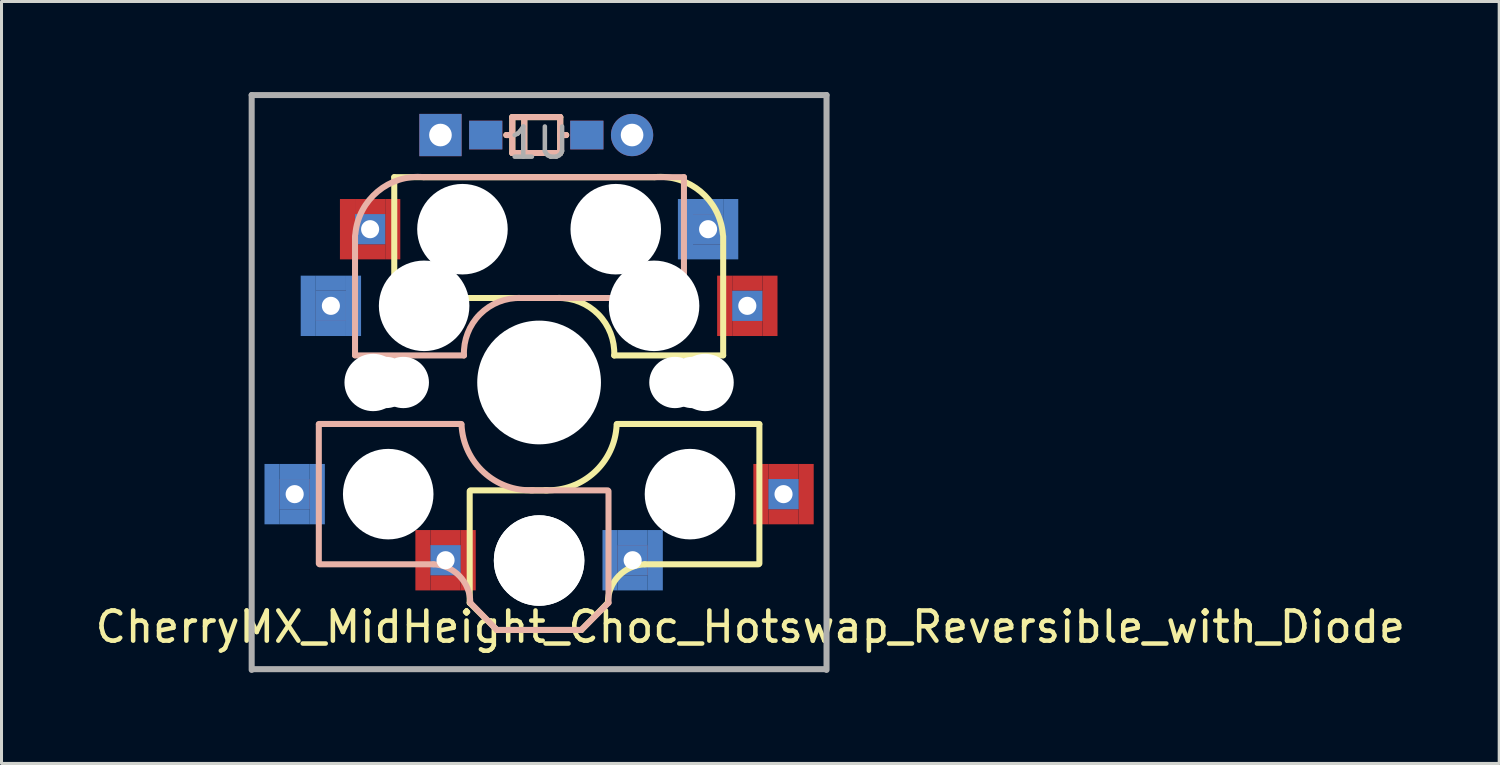
<source format=kicad_pcb>
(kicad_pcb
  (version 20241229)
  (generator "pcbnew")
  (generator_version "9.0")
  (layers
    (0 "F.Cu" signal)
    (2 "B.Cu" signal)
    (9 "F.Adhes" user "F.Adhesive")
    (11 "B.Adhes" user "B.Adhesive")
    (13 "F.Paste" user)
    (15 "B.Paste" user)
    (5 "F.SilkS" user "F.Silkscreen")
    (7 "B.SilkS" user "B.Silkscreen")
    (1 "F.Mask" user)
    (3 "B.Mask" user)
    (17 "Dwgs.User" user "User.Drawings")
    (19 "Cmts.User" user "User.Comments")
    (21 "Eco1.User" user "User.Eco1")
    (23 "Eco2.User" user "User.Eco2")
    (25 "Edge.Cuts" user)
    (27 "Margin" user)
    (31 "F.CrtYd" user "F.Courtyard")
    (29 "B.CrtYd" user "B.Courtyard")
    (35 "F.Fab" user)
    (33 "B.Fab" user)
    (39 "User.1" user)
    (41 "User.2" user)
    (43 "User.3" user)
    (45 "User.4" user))
  (footprint "CherryMX_MidHeight_Choc_Hotswap_Reversible_with_Diode"
    (layer "F.Cu")
    (at 14.815 9.625)
    (property "Reference" "CherryMX_MidHeight_Choc_Hotswap_Reversible_with_Diode" (at 7 8.1 0) (layer "F.SilkS") (effects (font (size 1 1) (thickness 0.15))))
    (fp_line (start -4.8 -6.804) (end 3.825 -6.804) (stroke (width 0.2) (type solid)) (layer "F.SilkS"))
    (fp_line (start -4.8 -2.8) (end -4.8 -6.804) (stroke (width 0.2) (type solid)) (layer "F.SilkS"))
    (fp_line (start -4.8 -2.8) (end 0.6 -2.8) (stroke (width 0.2) (type solid)) (layer "F.SilkS"))
    (fp_line (start -2.3 3.6) (end -2.3 7.3) (stroke (width 0.2) (type solid)) (layer "F.SilkS"))
    (fp_line (start -2.3 7.3) (end -1.4 8.2) (stroke (width 0.2) (type solid)) (layer "F.SilkS"))
    (fp_line (start -2.275 3.575) (end 0.275 3.575) (stroke (width 0.2) (type solid)) (layer "F.SilkS"))
    (fp_line (start -1.4 8.2) (end 1.4 8.2) (stroke (width 0.2) (type solid)) (layer "F.SilkS"))
    (fp_line (start -1.086 -8.2) (end -0.888 -8.2) (stroke (width 0.2) (type solid)) (layer "F.SilkS"))
    (fp_line (start -0.888 -8.795) (end 0.7 -8.795) (stroke (width 0.2) (type solid)) (layer "F.SilkS"))
    (fp_line (start -0.888 -7.605) (end -0.888 -8.795) (stroke (width 0.2) (type solid)) (layer "F.SilkS"))
    (fp_line (start -0.491 -8.795) (end -0.491 -7.605) (stroke (width 0.2) (type solid)) (layer "F.SilkS"))
    (fp_line (start 0.7 -8.795) (end 0.7 -7.605) (stroke (width 0.2) (type solid)) (layer "F.SilkS"))
    (fp_line (start 0.7 -8.2) (end 0.898 -8.2) (stroke (width 0.2) (type solid)) (layer "F.SilkS"))
    (fp_line (start 0.7 -7.605) (end -0.888 -7.605) (stroke (width 0.2) (type solid)) (layer "F.SilkS"))
    (fp_line (start 2.28 7.3) (end 1.4 8.2) (stroke (width 0.2) (type solid)) (layer "F.SilkS"))
    (fp_line (start 2.575 1.375) (end 7.3 1.375) (stroke (width 0.2) (type solid)) (layer "F.SilkS"))
    (fp_line (start 3.5 6.025) (end 7.275 6.025) (stroke (width 0.2) (type solid)) (layer "F.SilkS"))
    (fp_line (start 6.1 -4.85) (end 6.1 -0.905) (stroke (width 0.2) (type solid)) (layer "F.SilkS"))
    (fp_line (start 6.1 -0.896) (end 2.49 -0.896) (stroke (width 0.2) (type solid)) (layer "F.SilkS"))
    (fp_line (start 7.3 1.4) (end 7.3 6) (stroke (width 0.2) (type solid)) (layer "F.SilkS"))
    (fp_arc (start 0.6 -2.8) (mid 1.960305 -2.260251) (end 2.49 -0.896) (stroke (width 0.2) (type solid)) (layer "F.SilkS"))
    (fp_arc (start 2.28 7.3) (mid 2.633993 6.417536) (end 3.5 6.025) (stroke (width 0.2) (type solid)) (layer "F.SilkS"))
    (fp_arc (start 2.57 1.4) (mid 1.834422 2.975843) (end 0.2 3.57) (stroke (width 0.2) (type solid)) (layer "F.SilkS"))
    (fp_arc (start 3.825 -6.804) (mid 5.347189 -6.33089) (end 6.089 -4.92) (stroke (width 0.2) (type solid)) (layer "F.SilkS"))
    (fp_line (start -7.3 1.4) (end -7.3 6) (stroke (width 0.2) (type solid)) (layer "B.SilkS"))
    (fp_line (start -6.1 -4.85) (end -6.1 -0.905) (stroke (width 0.2) (type solid)) (layer "B.SilkS"))
    (fp_line (start -6.1 -0.896) (end -2.49 -0.896) (stroke (width 0.2) (type solid)) (layer "B.SilkS"))
    (fp_line (start -3.5 6.025) (end -7.275 6.025) (stroke (width 0.2) (type solid)) (layer "B.SilkS"))
    (fp_line (start -2.575 1.375) (end -7.3 1.375) (stroke (width 0.2) (type solid)) (layer "B.SilkS"))
    (fp_line (start -2.28 7.3) (end -1.4 8.2) (stroke (width 0.2) (type solid)) (layer "B.SilkS"))
    (fp_line (start -1.086 -8.2) (end -0.888 -8.2) (stroke (width 0.2) (type solid)) (layer "B.SilkS"))
    (fp_line (start -0.888 -8.795) (end -0.888 -7.605) (stroke (width 0.2) (type solid)) (layer "B.SilkS"))
    (fp_line (start -0.888 -7.605) (end 0.7 -7.605) (stroke (width 0.2) (type solid)) (layer "B.SilkS"))
    (fp_line (start -0.491 -7.605) (end -0.491 -8.795) (stroke (width 0.2) (type solid)) (layer "B.SilkS"))
    (fp_line (start 0.7 -8.795) (end -0.888 -8.795) (stroke (width 0.2) (type solid)) (layer "B.SilkS"))
    (fp_line (start 0.7 -8.2) (end 0.898 -8.2) (stroke (width 0.2) (type solid)) (layer "B.SilkS"))
    (fp_line (start 0.7 -7.605) (end 0.7 -8.795) (stroke (width 0.2) (type solid)) (layer "B.SilkS"))
    (fp_line (start 1.4 8.2) (end -1.4 8.2) (stroke (width 0.2) (type solid)) (layer "B.SilkS"))
    (fp_line (start 2.275 3.575) (end -0.275 3.575) (stroke (width 0.2) (type solid)) (layer "B.SilkS"))
    (fp_line (start 2.3 3.6) (end 2.3 7.3) (stroke (width 0.2) (type solid)) (layer "B.SilkS"))
    (fp_line (start 2.3 7.3) (end 1.4 8.2) (stroke (width 0.2) (type solid)) (layer "B.SilkS"))
    (fp_line (start 4.8 -6.804) (end -3.825 -6.804) (stroke (width 0.2) (type solid)) (layer "B.SilkS"))
    (fp_line (start 4.8 -2.8) (end -0.6 -2.8) (stroke (width 0.2) (type solid)) (layer "B.SilkS"))
    (fp_line (start 4.8 -2.8) (end 4.8 -6.804) (stroke (width 0.2) (type solid)) (layer "B.SilkS"))
    (fp_arc (start -6.089 -4.92) (mid -5.347189 -6.33089) (end -3.825 -6.804) (stroke (width 0.2) (type solid)) (layer "B.SilkS"))
    (fp_arc (start -3.5 6.025) (mid -2.633993 6.417536) (end -2.28 7.3) (stroke (width 0.2) (type solid)) (layer "B.SilkS"))
    (fp_arc (start -2.49 -0.896) (mid -1.960305 -2.260251) (end -0.6 -2.8) (stroke (width 0.2) (type solid)) (layer "B.SilkS"))
    (fp_arc (start -0.2 3.57) (mid -1.834422 2.975843) (end -2.57 1.4) (stroke (width 0.2) (type solid)) (layer "B.SilkS"))
    (fp_line (start -9.525 -9.525) (end 9.525 -9.525) (stroke (width 0.2) (type solid)) (layer "F.Fab"))
    (fp_line (start -9.525 9.525) (end -9.525 -9.525) (stroke (width 0.2) (type solid)) (layer "F.Fab"))
    (fp_line (start 9.5 9.5) (end -9.5 9.5) (stroke (width 0.2) (type solid)) (layer "F.Fab"))
    (fp_line (start 9.525 -9.525) (end 9.525 9.525) (stroke (width 0.2) (type solid)) (layer "F.Fab"))
    (fp_text user "1U" (at 0 -7.938 0) (layer "F.Fab") (effects (font (size 1 1) (thickness 0.15))))
    (pad "" np_thru_hole circle (at -5.5 0 90) (size 1.9 1.9) (drill 1.9) (layers "*.Cu" "*.Mask"))
    (pad "" np_thru_hole circle (at -5.08 0) (size 1.7 1.7) (drill 1.7) (layers "*.Cu" "*.Mask"))
    (pad "" np_thru_hole circle (at -5 3.7 90) (size 3 3) (drill 3) (layers "*.Cu" "*.Mask"))
    (pad "" np_thru_hole circle (at -4.5 0) (size 1.7 1.7) (drill 1.7) (layers "*.Cu" "*.Mask"))
    (pad "" np_thru_hole circle (at -3.81 -2.54 180) (size 3 3) (drill 3) (layers "*.Cu" "*.Mask"))
    (pad "" np_thru_hole circle (at -2.54 -5.08 180) (size 3 3) (drill 3) (layers "*.Cu" "*.Mask"))
    (pad "" np_thru_hole circle (at 0 0 90) (size 4.1 4.1) (drill 4.1) (layers "*.Cu" "*.Mask"))
    (pad "" np_thru_hole circle (at 0 5.9 90) (size 3 3) (drill 3) (layers "*.Cu" "*.Mask"))
    (pad "" np_thru_hole circle (at 0 5.9 270) (size 3 3) (drill 3) (layers "*.Cu" "*.Mask"))
    (pad "" np_thru_hole circle (at 2.54 -5.08 180) (size 3 3) (drill 3) (layers "*.Cu" "*.Mask"))
    (pad "" np_thru_hole circle (at 3.81 -2.54 180) (size 3 3) (drill 3) (layers "*.Cu" "*.Mask"))
    (pad "" np_thru_hole circle (at 4.5 0) (size 1.7 1.7) (drill 1.7) (layers "*.Cu" "*.Mask"))
    (pad "" np_thru_hole circle (at 5 3.7 270) (size 3 3) (drill 3) (layers "*.Cu" "*.Mask"))
    (pad "" np_thru_hole circle (at 5.08 0) (size 1.7 1.7) (drill 1.7) (layers "*.Cu" "*.Mask"))
    (pad "" np_thru_hole circle (at 5.5 0 90) (size 1.9 1.9) (drill 1.9) (layers "*.Cu" "*.Mask"))
    (pad "0" smd rect (at -6.35 -5.08 180) (size 0.5 2) (layers "F.Cu" "F.Mask" "F.Paste"))
    (pad "0" smd rect (at -5.6 -5.83 180) (size 1 0.5) (layers "F.Cu" "F.Mask" "F.Paste"))
    (pad "0" thru_hole rect (at -5.6 -5.08) (size 1 1) (drill 0.6) (layers "*.Cu" "F.Mask"))
    (pad "0" smd rect (at -5.6 -4.33 180) (size 1 0.5) (layers "F.Cu" "F.Mask" "F.Paste"))
    (pad "0" smd rect (at -4.85 -5.08 180) (size 0.5 2) (layers "F.Cu" "F.Mask" "F.Paste"))
    (pad "0" smd rect (at -3.85 5.89 180) (size 0.5 2) (layers "F.Cu" "F.Mask" "F.Paste"))
    (pad "0" smd rect (at -3.1 5.14 180) (size 1 0.5) (layers "F.Cu" "F.Mask" "F.Paste"))
    (pad "0" thru_hole rect (at -3.1 5.89) (size 1 1) (drill 0.6) (layers "*.Cu" "F.Mask"))
    (pad "0" smd rect (at -3.1 6.64 180) (size 1 0.5) (layers "F.Cu" "F.Mask" "F.Paste"))
    (pad "0" smd rect (at -2.35 5.89 180) (size 0.5 2) (layers "F.Cu" "F.Mask" "F.Paste"))
    (pad "0" smd rect (at 1.581 -8.2) (size 1.1 0.95) (layers "F.Cu" "F.Mask" "F.Paste"))
    (pad "0" smd rect (at 1.581 -8.2) (size 1.1 0.95) (layers "B.Cu" "B.Mask" "B.Paste"))
    (pad "0" smd rect (at 2.35 5.89 180) (size 0.5 2) (layers "B.Cu" "B.Mask" "B.Paste"))
    (pad "0" thru_hole circle (at 3.081 -8.2) (size 1.4 1.4) (drill 0.75) (layers "*.Cu" "*.Mask"))
    (pad "0" smd rect (at 3.1 5.14 180) (size 1 0.5) (layers "B.Cu" "B.Mask" "B.Paste"))
    (pad "0" thru_hole rect (at 3.1 5.89) (size 1 1) (drill 0.6) (layers "*.Cu" "B.Mask"))
    (pad "0" smd rect (at 3.1 6.64 180) (size 1 0.5) (layers "B.Cu" "B.Mask" "B.Paste"))
    (pad "0" smd rect (at 3.85 5.89 180) (size 0.5 2) (layers "B.Cu" "B.Mask" "B.Paste"))
    (pad "0" smd rect (at 4.85 -5.08 180) (size 0.5 2) (layers "B.Cu" "B.Mask" "B.Paste"))
    (pad "0" smd rect (at 5.6 -5.83 180) (size 1 0.5) (layers "B.Cu" "B.Mask" "B.Paste"))
    (pad "0" thru_hole rect (at 5.6 -5.08) (size 1 1) (drill 0.6) (layers "*.Cu" "B.Mask"))
    (pad "0" smd rect (at 5.6 -4.33 180) (size 1 0.5) (layers "B.Cu" "B.Mask" "B.Paste"))
    (pad "0" smd rect (at 6.35 -5.08 180) (size 0.5 2) (layers "B.Cu" "B.Mask" "B.Paste"))
    (pad "1" smd rect (at -8.85 3.7 180) (size 0.5 2) (layers "B.Cu" "B.Mask" "B.Paste"))
    (pad "1" smd rect (at -8.1 2.95 180) (size 1 0.5) (layers "B.Cu" "B.Mask" "B.Paste"))
    (pad "1" thru_hole rect (at -8.1 3.7) (size 1 1) (drill 0.6) (layers "*.Cu" "B.Mask"))
    (pad "1" smd rect (at -8.1 4.45 180) (size 1 0.5) (layers "B.Cu" "B.Mask" "B.Paste"))
    (pad "1" smd rect (at -7.65 -2.54 180) (size 0.5 2) (layers "B.Cu" "B.Mask" "B.Paste"))
    (pad "1" smd rect (at -7.35 3.7 180) (size 0.5 2) (layers "B.Cu" "B.Mask" "B.Paste"))
    (pad "1" smd rect (at -6.9 -3.29 180) (size 1 0.5) (layers "B.Cu" "B.Mask" "B.Paste"))
    (pad "1" thru_hole rect (at -6.9 -2.54) (size 1 1) (drill 0.6) (layers "*.Cu" "B.Mask"))
    (pad "1" smd rect (at -6.9 -1.79 180) (size 1 0.5) (layers "B.Cu" "B.Mask" "B.Paste"))
    (pad "1" smd rect (at -6.15 -2.54 180) (size 0.5 2) (layers "B.Cu" "B.Mask" "B.Paste"))
    (pad "1" smd rect (at 6.15 -2.54 180) (size 0.5 2) (layers "F.Cu" "F.Mask" "F.Paste"))
    (pad "1" smd rect (at 6.9 -3.29 180) (size 1 0.5) (layers "F.Cu" "F.Mask" "F.Paste"))
    (pad "1" thru_hole rect (at 6.9 -2.54) (size 1 1) (drill 0.6) (layers "*.Cu" "F.Mask"))
    (pad "1" smd rect (at 6.9 -1.79 180) (size 1 0.5) (layers "F.Cu" "F.Mask" "F.Paste"))
    (pad "1" smd rect (at 7.35 3.7 180) (size 0.5 2) (layers "F.Cu" "F.Mask" "F.Paste"))
    (pad "1" smd rect (at 7.65 -2.54 180) (size 0.5 2) (layers "F.Cu" "F.Mask" "F.Paste"))
    (pad "1" smd rect (at 8.1 2.95 180) (size 1 0.5) (layers "F.Cu" "F.Mask" "F.Paste"))
    (pad "1" thru_hole rect (at 8.1 3.7) (size 1 1) (drill 0.6) (layers "*.Cu" "F.Mask"))
    (pad "1" smd rect (at 8.1 4.45 180) (size 1 0.5) (layers "F.Cu" "F.Mask" "F.Paste"))
    (pad "1" smd rect (at 8.85 3.7 180) (size 0.5 2) (layers "F.Cu" "F.Mask" "F.Paste"))
    (pad "2" thru_hole rect (at -3.269 -8.2) (size 1.4 1.4) (drill 0.75) (layers "*.Cu" "*.Mask"))
    (pad "2" smd rect (at -1.769 -8.2) (size 1.1 0.95) (layers "F.Cu" "F.Mask" "F.Paste"))
    (pad "2" smd rect (at -1.769 -8.2) (size 1.1 0.95) (layers "B.Cu" "B.Mask" "B.Paste")))
  (gr_rect
    (start -3 -3)
    (end 46.631 22.25)
    (stroke (width 0.1) (type default))
    (fill no)
    (layer "Edge.Cuts")))
</source>
